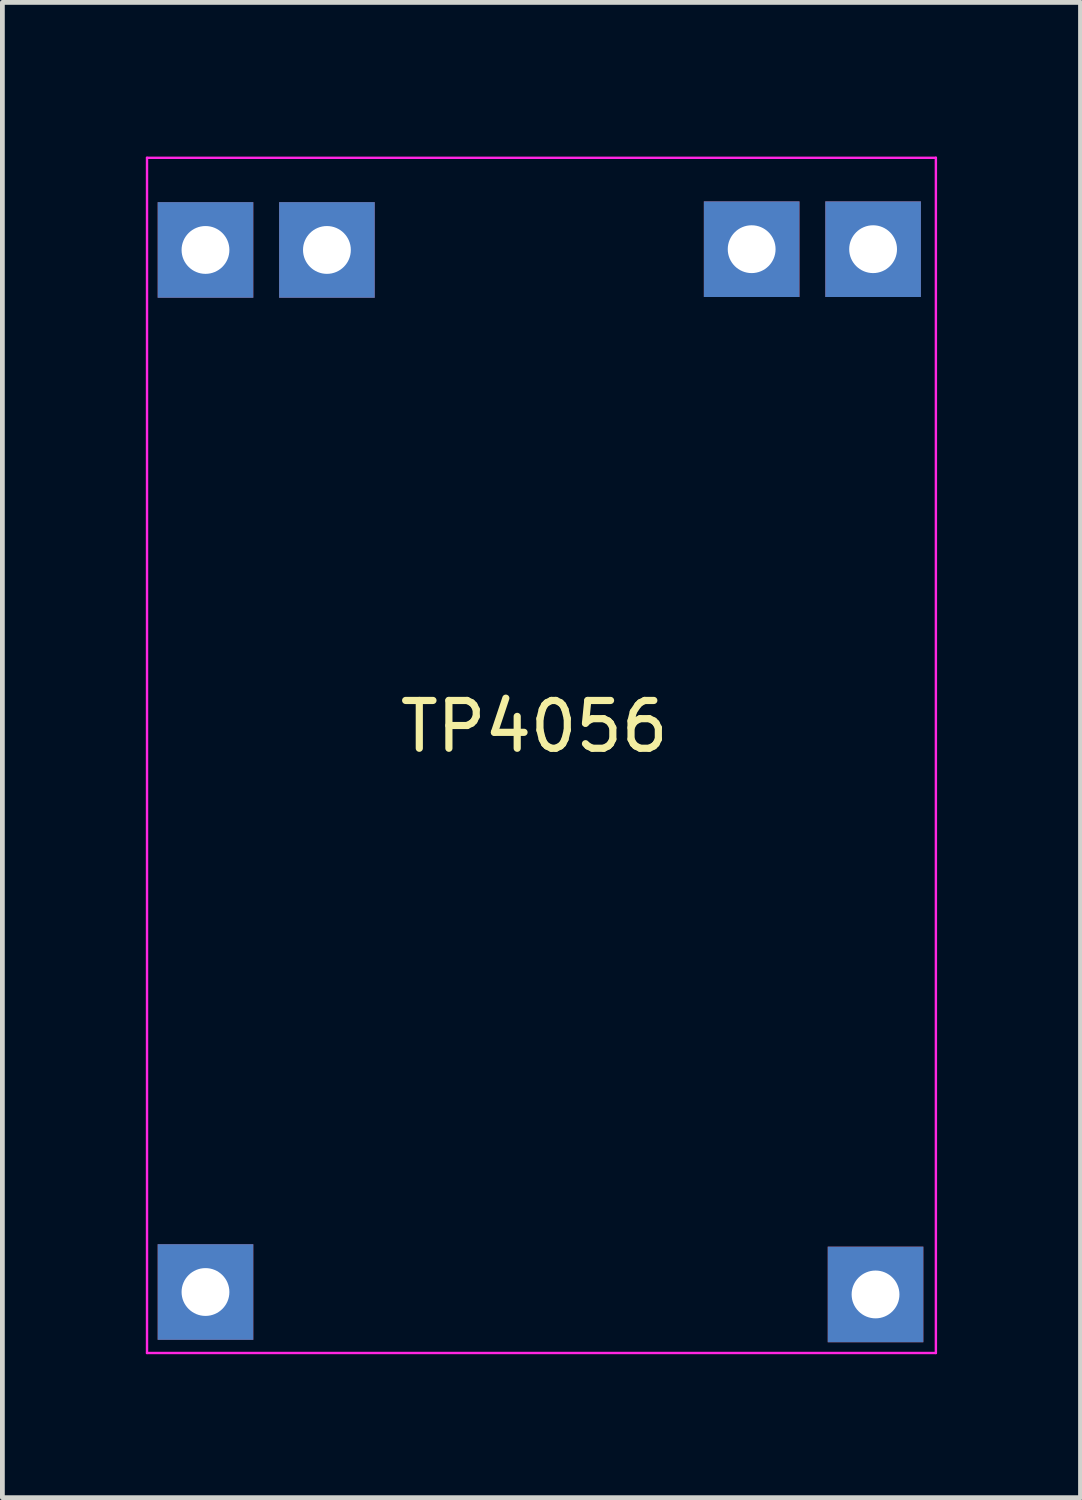
<source format=kicad_pcb>
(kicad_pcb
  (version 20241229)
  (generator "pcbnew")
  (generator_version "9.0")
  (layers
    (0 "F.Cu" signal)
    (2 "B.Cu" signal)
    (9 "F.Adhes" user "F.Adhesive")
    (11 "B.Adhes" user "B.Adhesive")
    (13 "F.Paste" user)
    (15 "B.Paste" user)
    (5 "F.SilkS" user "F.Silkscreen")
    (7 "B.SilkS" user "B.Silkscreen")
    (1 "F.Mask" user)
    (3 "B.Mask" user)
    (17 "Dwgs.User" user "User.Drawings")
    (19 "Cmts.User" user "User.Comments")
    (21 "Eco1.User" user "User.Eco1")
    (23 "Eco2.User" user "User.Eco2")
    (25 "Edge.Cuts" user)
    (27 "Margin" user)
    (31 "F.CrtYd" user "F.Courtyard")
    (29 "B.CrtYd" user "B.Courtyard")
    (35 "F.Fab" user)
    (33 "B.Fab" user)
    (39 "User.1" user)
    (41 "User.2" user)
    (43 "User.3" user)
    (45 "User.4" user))
  (footprint "TP4056"
    (layer "F.Cu")
    (at 7.645 0.25)
    (property "Reference" "TP4056" (at 0.48 11.896 0) (layer "F.SilkS") (effects (font (size 1 1) (thickness 0.15))))
    (attr smd)
    (fp_line (start -7.62 0) (end -7.62 25) (stroke (width 0.05) (type solid)) (layer "F.CrtYd"))
    (fp_line (start 8.88 0) (end -7.62 0) (stroke (width 0.05) (type solid)) (layer "F.CrtYd"))
    (fp_line (start 8.88 0) (end 8.88 25) (stroke (width 0.05) (type solid)) (layer "F.CrtYd"))
    (fp_line (start 8.88 25) (end -7.62 25) (stroke (width 0.05) (type solid)) (layer "F.CrtYd"))
    (pad "1" thru_hole rect (at -6.397 1.928 270) (size 2 2) (drill 1) (layers "*.Cu" "*.Mask"))
    (pad "2" thru_hole rect (at -3.857 1.928 270) (size 2 2) (drill 1) (layers "*.Cu" "*.Mask"))
    (pad "3" thru_hole rect (at 5.027 1.912 270) (size 2 2) (drill 1) (layers "*.Cu" "*.Mask"))
    (pad "4" thru_hole rect (at 7.567 1.912 270) (size 2 2) (drill 1) (layers "*.Cu" "*.Mask"))
    (pad "5" thru_hole rect (at -6.397 23.724 270) (size 2 2) (drill 1) (layers "*.Cu" "*.Mask"))
    (pad "6" thru_hole rect (at 7.618 23.775 270) (size 2 2) (drill 1) (layers "*.Cu" "*.Mask")))
  (gr_rect
    (start -3 -3)
    (end 19.55 28.275)
    (stroke (width 0.1) (type default))
    (fill no)
    (layer "Edge.Cuts")))
</source>
